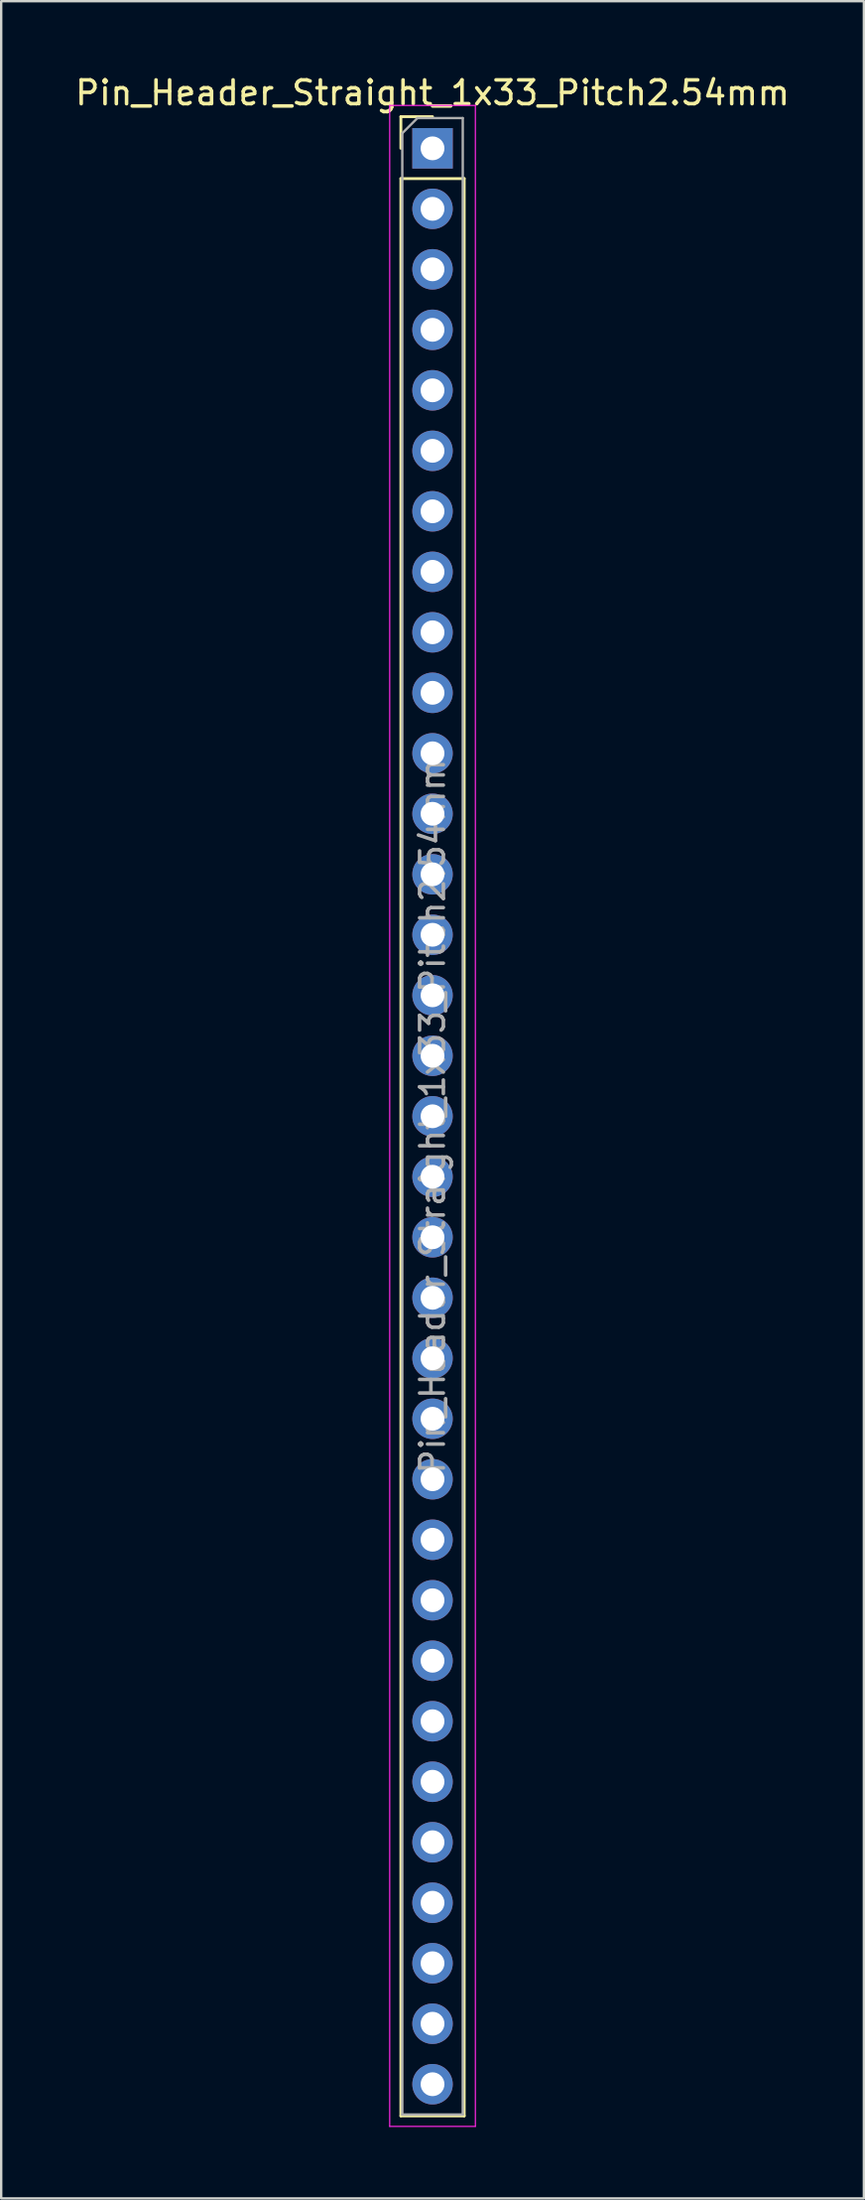
<source format=kicad_pcb>
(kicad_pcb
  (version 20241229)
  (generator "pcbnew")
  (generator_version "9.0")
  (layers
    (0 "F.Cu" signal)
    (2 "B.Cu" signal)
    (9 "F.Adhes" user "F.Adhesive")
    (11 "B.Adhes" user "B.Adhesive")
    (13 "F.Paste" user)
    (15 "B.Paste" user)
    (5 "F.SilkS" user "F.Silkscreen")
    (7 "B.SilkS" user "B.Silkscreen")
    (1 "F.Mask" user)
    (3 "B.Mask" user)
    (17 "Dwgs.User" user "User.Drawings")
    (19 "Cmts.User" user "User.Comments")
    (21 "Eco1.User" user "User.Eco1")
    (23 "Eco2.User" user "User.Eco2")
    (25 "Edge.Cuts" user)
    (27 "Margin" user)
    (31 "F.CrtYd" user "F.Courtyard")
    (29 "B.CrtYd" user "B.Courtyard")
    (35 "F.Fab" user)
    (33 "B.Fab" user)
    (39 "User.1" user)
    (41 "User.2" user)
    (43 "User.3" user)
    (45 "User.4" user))
  (footprint "Pin_Header_Straight_1x33_Pitch2.54mm"
    (layer "F.Cu")
    (at 15.125 3.178)
    (property "Reference" "Pin_Header_Straight_1x33_Pitch2.54mm" (at 0 -2.33 0) (layer "F.SilkS") (effects (font (size 1 1) (thickness 0.15))))
    (attr through_hole)
    (fp_line (start -1.33 -1.33) (end 0 -1.33) (stroke (width 0.12) (type solid)) (layer "F.SilkS"))
    (fp_line (start -1.33 0) (end -1.33 -1.33) (stroke (width 0.12) (type solid)) (layer "F.SilkS"))
    (fp_line (start -1.33 1.27) (end -1.33 82.61) (stroke (width 0.12) (type solid)) (layer "F.SilkS"))
    (fp_line (start -1.33 1.27) (end 1.33 1.27) (stroke (width 0.12) (type solid)) (layer "F.SilkS"))
    (fp_line (start -1.33 82.61) (end 1.33 82.61) (stroke (width 0.12) (type solid)) (layer "F.SilkS"))
    (fp_line (start 1.33 1.27) (end 1.33 82.61) (stroke (width 0.12) (type solid)) (layer "F.SilkS"))
    (fp_line (start -1.8 -1.8) (end -1.8 83.05) (stroke (width 0.05) (type solid)) (layer "F.CrtYd"))
    (fp_line (start -1.8 83.05) (end 1.8 83.05) (stroke (width 0.05) (type solid)) (layer "F.CrtYd"))
    (fp_line (start 1.8 -1.8) (end -1.8 -1.8) (stroke (width 0.05) (type solid)) (layer "F.CrtYd"))
    (fp_line (start 1.8 83.05) (end 1.8 -1.8) (stroke (width 0.05) (type solid)) (layer "F.CrtYd"))
    (fp_line (start -1.27 -0.635) (end -0.635 -1.27) (stroke (width 0.1) (type solid)) (layer "F.Fab"))
    (fp_line (start -1.27 82.55) (end -1.27 -0.635) (stroke (width 0.1) (type solid)) (layer "F.Fab"))
    (fp_line (start -0.635 -1.27) (end 1.27 -1.27) (stroke (width 0.1) (type solid)) (layer "F.Fab"))
    (fp_line (start 1.27 -1.27) (end 1.27 82.55) (stroke (width 0.1) (type solid)) (layer "F.Fab"))
    (fp_line (start 1.27 82.55) (end -1.27 82.55) (stroke (width 0.1) (type solid)) (layer "F.Fab"))
    (fp_text user "${REFERENCE}" (at 0 40.64 90) (layer "F.Fab") (effects (font (size 1 1) (thickness 0.15))))
    (pad "1" thru_hole rect (at 0 0) (size 1.7 1.7) (drill 1) (layers "*.Cu" "*.Mask"))
    (pad "2" thru_hole oval (at 0 2.54) (size 1.7 1.7) (drill 1) (layers "*.Cu" "*.Mask"))
    (pad "3" thru_hole oval (at 0 5.08) (size 1.7 1.7) (drill 1) (layers "*.Cu" "*.Mask"))
    (pad "4" thru_hole oval (at 0 7.62) (size 1.7 1.7) (drill 1) (layers "*.Cu" "*.Mask"))
    (pad "5" thru_hole oval (at 0 10.16) (size 1.7 1.7) (drill 1) (layers "*.Cu" "*.Mask"))
    (pad "6" thru_hole oval (at 0 12.7) (size 1.7 1.7) (drill 1) (layers "*.Cu" "*.Mask"))
    (pad "7" thru_hole oval (at 0 15.24) (size 1.7 1.7) (drill 1) (layers "*.Cu" "*.Mask"))
    (pad "8" thru_hole oval (at 0 17.78) (size 1.7 1.7) (drill 1) (layers "*.Cu" "*.Mask"))
    (pad "9" thru_hole oval (at 0 20.32) (size 1.7 1.7) (drill 1) (layers "*.Cu" "*.Mask"))
    (pad "10" thru_hole oval (at 0 22.86) (size 1.7 1.7) (drill 1) (layers "*.Cu" "*.Mask"))
    (pad "11" thru_hole oval (at 0 25.4) (size 1.7 1.7) (drill 1) (layers "*.Cu" "*.Mask"))
    (pad "12" thru_hole oval (at 0 27.94) (size 1.7 1.7) (drill 1) (layers "*.Cu" "*.Mask"))
    (pad "13" thru_hole oval (at 0 30.48) (size 1.7 1.7) (drill 1) (layers "*.Cu" "*.Mask"))
    (pad "14" thru_hole oval (at 0 33.02) (size 1.7 1.7) (drill 1) (layers "*.Cu" "*.Mask"))
    (pad "15" thru_hole oval (at 0 35.56) (size 1.7 1.7) (drill 1) (layers "*.Cu" "*.Mask"))
    (pad "16" thru_hole oval (at 0 38.1) (size 1.7 1.7) (drill 1) (layers "*.Cu" "*.Mask"))
    (pad "17" thru_hole oval (at 0 40.64) (size 1.7 1.7) (drill 1) (layers "*.Cu" "*.Mask"))
    (pad "18" thru_hole oval (at 0 43.18) (size 1.7 1.7) (drill 1) (layers "*.Cu" "*.Mask"))
    (pad "19" thru_hole oval (at 0 45.72) (size 1.7 1.7) (drill 1) (layers "*.Cu" "*.Mask"))
    (pad "20" thru_hole oval (at 0 48.26) (size 1.7 1.7) (drill 1) (layers "*.Cu" "*.Mask"))
    (pad "21" thru_hole oval (at 0 50.8) (size 1.7 1.7) (drill 1) (layers "*.Cu" "*.Mask"))
    (pad "22" thru_hole oval (at 0 53.34) (size 1.7 1.7) (drill 1) (layers "*.Cu" "*.Mask"))
    (pad "23" thru_hole oval (at 0 55.88) (size 1.7 1.7) (drill 1) (layers "*.Cu" "*.Mask"))
    (pad "24" thru_hole oval (at 0 58.42) (size 1.7 1.7) (drill 1) (layers "*.Cu" "*.Mask"))
    (pad "25" thru_hole oval (at 0 60.96) (size 1.7 1.7) (drill 1) (layers "*.Cu" "*.Mask"))
    (pad "26" thru_hole oval (at 0 63.5) (size 1.7 1.7) (drill 1) (layers "*.Cu" "*.Mask"))
    (pad "27" thru_hole oval (at 0 66.04) (size 1.7 1.7) (drill 1) (layers "*.Cu" "*.Mask"))
    (pad "28" thru_hole oval (at 0 68.58) (size 1.7 1.7) (drill 1) (layers "*.Cu" "*.Mask"))
    (pad "29" thru_hole oval (at 0 71.12) (size 1.7 1.7) (drill 1) (layers "*.Cu" "*.Mask"))
    (pad "30" thru_hole oval (at 0 73.66) (size 1.7 1.7) (drill 1) (layers "*.Cu" "*.Mask"))
    (pad "31" thru_hole oval (at 0 76.2) (size 1.7 1.7) (drill 1) (layers "*.Cu" "*.Mask"))
    (pad "32" thru_hole oval (at 0 78.74) (size 1.7 1.7) (drill 1) (layers "*.Cu" "*.Mask"))
    (pad "33" thru_hole oval (at 0 81.28) (size 1.7 1.7) (drill 1) (layers "*.Cu" "*.Mask")))
  (gr_rect
    (start -3 -3)
    (end 33.25 89.253)
    (stroke (width 0.1) (type default))
    (fill no)
    (layer "Edge.Cuts")))
</source>
